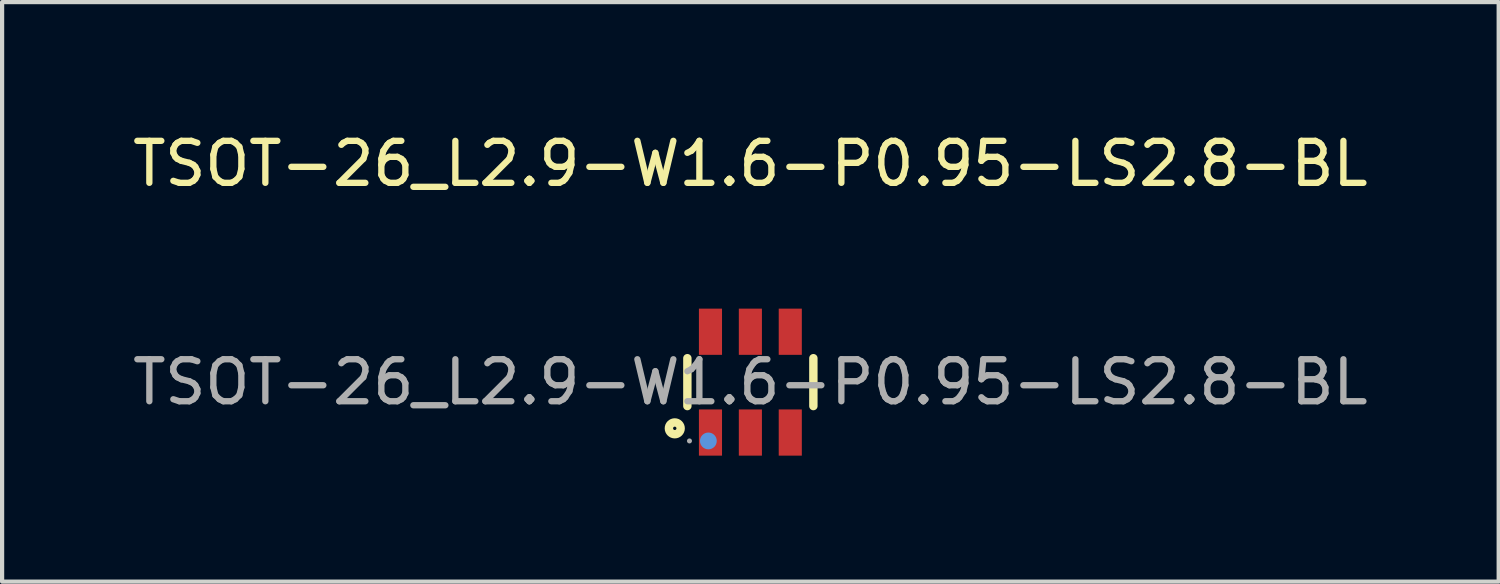
<source format=kicad_pcb>
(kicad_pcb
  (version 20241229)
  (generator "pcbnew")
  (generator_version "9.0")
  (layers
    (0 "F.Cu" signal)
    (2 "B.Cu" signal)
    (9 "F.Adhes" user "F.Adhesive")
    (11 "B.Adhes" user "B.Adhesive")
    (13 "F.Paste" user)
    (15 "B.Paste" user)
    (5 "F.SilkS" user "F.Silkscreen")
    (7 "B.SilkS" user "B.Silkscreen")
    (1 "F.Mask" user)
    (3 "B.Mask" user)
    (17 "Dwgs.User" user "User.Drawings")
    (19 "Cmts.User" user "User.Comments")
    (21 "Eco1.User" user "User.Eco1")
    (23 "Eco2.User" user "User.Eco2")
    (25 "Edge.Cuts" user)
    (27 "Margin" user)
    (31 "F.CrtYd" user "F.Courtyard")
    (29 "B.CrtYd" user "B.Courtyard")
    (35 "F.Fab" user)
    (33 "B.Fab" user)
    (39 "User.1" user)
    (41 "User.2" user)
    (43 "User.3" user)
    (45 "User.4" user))
  (footprint "TSOT-26_L2.9-W1.6-P0.95-LS2.8-BL"
    (layer "F.Cu")
    (at 14.815 6.048)
    (property "Reference" "TSOT-26_L2.9-W1.6-P0.95-LS2.8-BL" (at 0 -5.2 0) (layer "F.SilkS") (effects (font (size 1 1) (thickness 0.15))))
    (attr smd)
    (fp_line (start -1.5 0.57) (end -1.5 -0.57) (stroke (width 0.2) (type solid)) (layer "F.SilkS"))
    (fp_line (start 1.5 -0.57) (end 1.5 0.57) (stroke (width 0.2) (type solid)) (layer "F.SilkS"))
    (fp_circle (center -1.8 1.1) (end -1.66 1.1) (stroke (width 0.2) (type solid)) (fill no) (layer "F.SilkS"))
    (fp_circle (center -1 1.4) (end -0.9 1.4) (stroke (width 0.2) (type solid)) (fill no) (layer "Cmts.User"))
    (fp_circle (center -1.45 1.4) (end -1.42 1.4) (stroke (width 0.06) (type solid)) (fill no) (layer "F.Fab"))
    (fp_text user "${REFERENCE}" (at 0 0 0) (layer "F.Fab") (effects (font (size 1 1) (thickness 0.15))))
    (pad "1" smd rect (at -0.95 1.2 180) (size 0.55 1.1) (layers "F.Cu" "F.Mask" "F.Paste"))
    (pad "2" smd rect (at 0 1.2 180) (size 0.55 1.1) (layers "F.Cu" "F.Mask" "F.Paste"))
    (pad "3" smd rect (at 0.95 1.2 180) (size 0.55 1.1) (layers "F.Cu" "F.Mask" "F.Paste"))
    (pad "4" smd rect (at 0.95 -1.2 180) (size 0.55 1.1) (layers "F.Cu" "F.Mask" "F.Paste"))
    (pad "5" smd rect (at 0 -1.2 180) (size 0.55 1.1) (layers "F.Cu" "F.Mask" "F.Paste"))
    (pad "6" smd rect (at -0.95 -1.2 180) (size 0.55 1.1) (layers "F.Cu" "F.Mask" "F.Paste")))
  (gr_rect
    (start -3 -3)
    (end 32.631 10.798)
    (stroke (width 0.1) (type default))
    (fill no)
    (layer "Edge.Cuts")))
</source>
